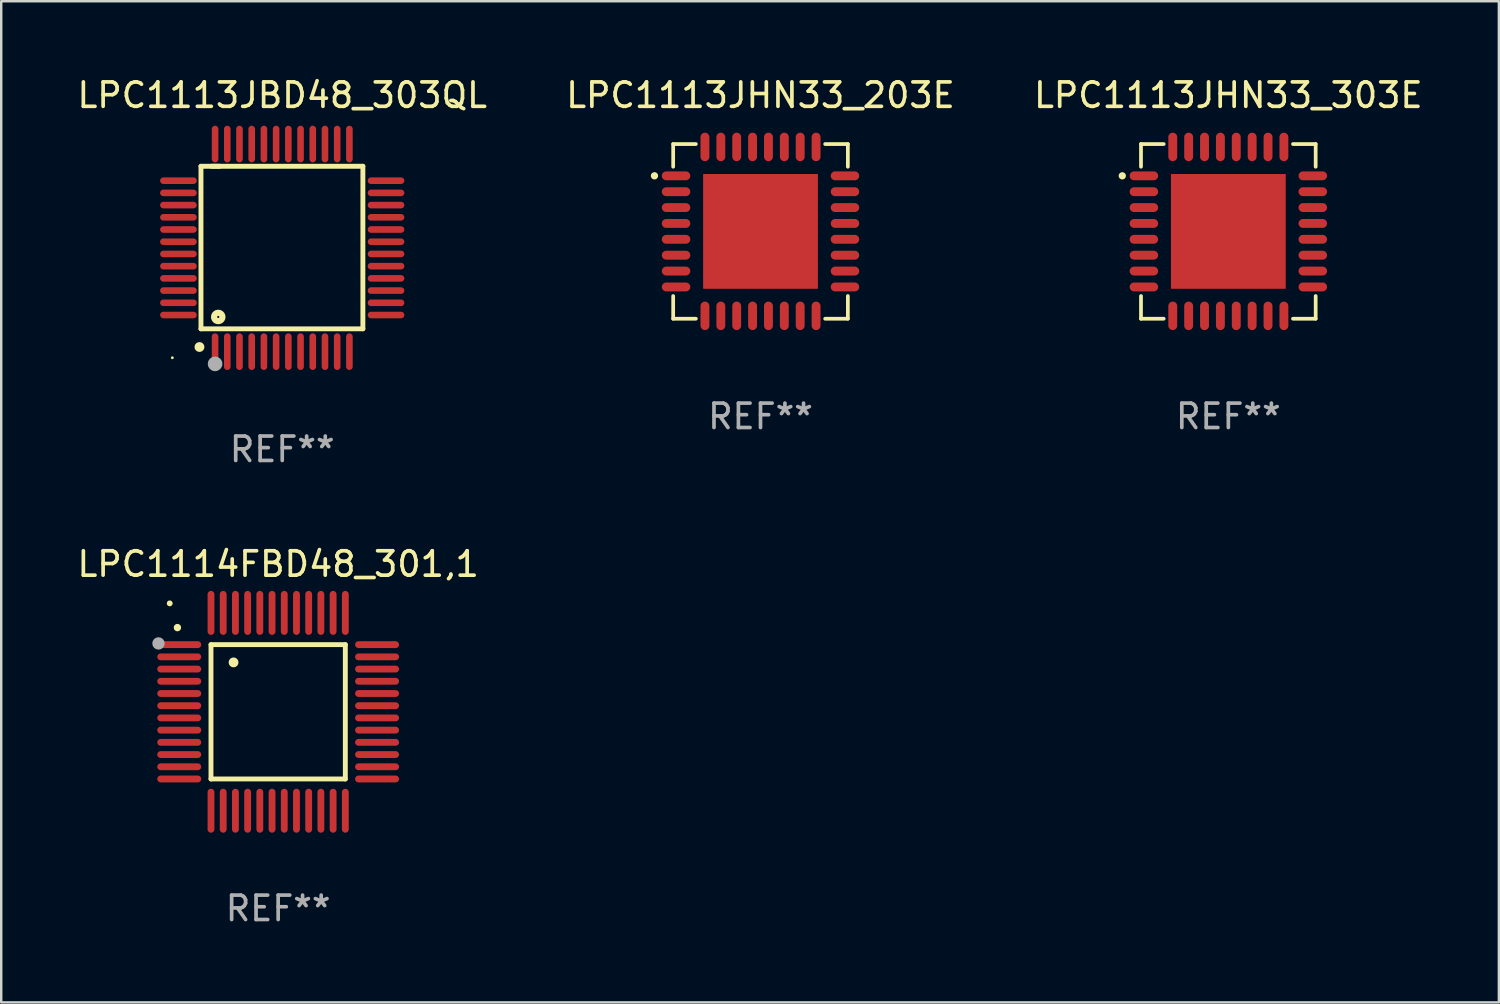
<source format=kicad_pcb>
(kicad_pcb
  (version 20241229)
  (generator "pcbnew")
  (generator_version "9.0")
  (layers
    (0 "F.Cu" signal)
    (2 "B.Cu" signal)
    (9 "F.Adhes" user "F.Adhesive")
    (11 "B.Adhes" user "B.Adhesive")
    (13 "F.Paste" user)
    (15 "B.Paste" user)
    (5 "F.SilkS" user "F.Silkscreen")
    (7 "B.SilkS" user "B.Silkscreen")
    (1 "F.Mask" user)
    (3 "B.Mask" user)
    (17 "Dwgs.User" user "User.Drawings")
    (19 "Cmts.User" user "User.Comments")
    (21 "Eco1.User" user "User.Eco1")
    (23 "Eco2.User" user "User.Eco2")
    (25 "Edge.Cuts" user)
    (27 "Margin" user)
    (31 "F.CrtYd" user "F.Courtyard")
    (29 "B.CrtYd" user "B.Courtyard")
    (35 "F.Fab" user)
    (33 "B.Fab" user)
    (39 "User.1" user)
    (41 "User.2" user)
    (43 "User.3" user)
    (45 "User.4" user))
  (footprint "LPC1113JHN33_303E"
    (layer "F.Cu")
    (at 47.244 6.424)
    (property "Reference" "LPC1113JHN33_303E" (at 0 -5.576 0) (layer "F.SilkS") (effects (font (size 1 1) (thickness 0.15))))
    (attr through_hole)
    (fp_line (start -3.576 -3.576) (end -3.576 -2.647) (stroke (width 0.152) (type solid)) (layer "F.SilkS"))
    (fp_line (start -3.576 3.576) (end -3.576 2.647) (stroke (width 0.152) (type solid)) (layer "F.SilkS"))
    (fp_line (start -2.647 -3.576) (end -3.576 -3.576) (stroke (width 0.152) (type solid)) (layer "F.SilkS"))
    (fp_line (start -2.647 3.576) (end -3.576 3.576) (stroke (width 0.152) (type solid)) (layer "F.SilkS"))
    (fp_line (start 2.647 -3.576) (end 3.576 -3.576) (stroke (width 0.152) (type solid)) (layer "F.SilkS"))
    (fp_line (start 2.647 3.576) (end 3.576 3.576) (stroke (width 0.152) (type solid)) (layer "F.SilkS"))
    (fp_line (start 3.576 -3.576) (end 3.576 -2.647) (stroke (width 0.152) (type solid)) (layer "F.SilkS"))
    (fp_line (start 3.576 3.576) (end 3.576 2.647) (stroke (width 0.152) (type solid)) (layer "F.SilkS"))
    (fp_circle (center -4.342 -2.275) (end -4.267 -2.275) (stroke (width 0.15) (type solid)) (fill no) (layer "F.SilkS"))
    (fp_text user "REF**" (at 0 7.576 0) (layer "F.Fab") (effects (font (size 1 1) (thickness 0.15))))
    (pad "1" smd oval (at -3.458 -2.275 270) (size 0.364 1.167) (layers "F.Cu" "F.Mask" "F.Paste"))
    (pad "2" smd oval (at -3.458 -1.625 270) (size 0.364 1.167) (layers "F.Cu" "F.Mask" "F.Paste"))
    (pad "3" smd oval (at -3.458 -0.975 270) (size 0.364 1.167) (layers "F.Cu" "F.Mask" "F.Paste"))
    (pad "4" smd oval (at -3.458 -0.325 270) (size 0.364 1.167) (layers "F.Cu" "F.Mask" "F.Paste"))
    (pad "5" smd oval (at -3.458 0.325 270) (size 0.364 1.167) (layers "F.Cu" "F.Mask" "F.Paste"))
    (pad "6" smd oval (at -3.458 0.975 270) (size 0.364 1.167) (layers "F.Cu" "F.Mask" "F.Paste"))
    (pad "7" smd oval (at -3.458 1.625 270) (size 0.364 1.167) (layers "F.Cu" "F.Mask" "F.Paste"))
    (pad "8" smd oval (at -3.458 2.275 270) (size 0.364 1.167) (layers "F.Cu" "F.Mask" "F.Paste"))
    (pad "9" smd oval (at -2.275 3.458 270) (size 1.167 0.364) (layers "F.Cu" "F.Mask" "F.Paste"))
    (pad "10" smd oval (at -1.625 3.458 270) (size 1.167 0.364) (layers "F.Cu" "F.Mask" "F.Paste"))
    (pad "11" smd oval (at -0.975 3.458 270) (size 1.167 0.364) (layers "F.Cu" "F.Mask" "F.Paste"))
    (pad "12" smd oval (at -0.325 3.458 270) (size 1.167 0.364) (layers "F.Cu" "F.Mask" "F.Paste"))
    (pad "13" smd oval (at 0.325 3.458 270) (size 1.167 0.364) (layers "F.Cu" "F.Mask" "F.Paste"))
    (pad "14" smd oval (at 0.975 3.458 270) (size 1.167 0.364) (layers "F.Cu" "F.Mask" "F.Paste"))
    (pad "15" smd oval (at 1.625 3.458 270) (size 1.167 0.364) (layers "F.Cu" "F.Mask" "F.Paste"))
    (pad "16" smd oval (at 2.275 3.458 270) (size 1.167 0.364) (layers "F.Cu" "F.Mask" "F.Paste"))
    (pad "17" smd oval (at 3.458 2.275 270) (size 0.364 1.167) (layers "F.Cu" "F.Mask" "F.Paste"))
    (pad "18" smd oval (at 3.458 1.625 270) (size 0.364 1.167) (layers "F.Cu" "F.Mask" "F.Paste"))
    (pad "19" smd oval (at 3.458 0.975 270) (size 0.364 1.167) (layers "F.Cu" "F.Mask" "F.Paste"))
    (pad "20" smd oval (at 3.458 0.325 270) (size 0.364 1.167) (layers "F.Cu" "F.Mask" "F.Paste"))
    (pad "21" smd oval (at 3.458 -0.325 270) (size 0.364 1.167) (layers "F.Cu" "F.Mask" "F.Paste"))
    (pad "22" smd oval (at 3.458 -0.975 270) (size 0.364 1.167) (layers "F.Cu" "F.Mask" "F.Paste"))
    (pad "23" smd oval (at 3.458 -1.625 270) (size 0.364 1.167) (layers "F.Cu" "F.Mask" "F.Paste"))
    (pad "24" smd oval (at 3.458 -2.275 270) (size 0.364 1.167) (layers "F.Cu" "F.Mask" "F.Paste"))
    (pad "25" smd oval (at 2.275 -3.458 270) (size 1.167 0.364) (layers "F.Cu" "F.Mask" "F.Paste"))
    (pad "26" smd oval (at 1.625 -3.458 270) (size 1.167 0.364) (layers "F.Cu" "F.Mask" "F.Paste"))
    (pad "27" smd oval (at 0.975 -3.458 270) (size 1.167 0.364) (layers "F.Cu" "F.Mask" "F.Paste"))
    (pad "28" smd oval (at 0.325 -3.458 270) (size 1.167 0.364) (layers "F.Cu" "F.Mask" "F.Paste"))
    (pad "29" smd oval (at -0.325 -3.458 270) (size 1.167 0.364) (layers "F.Cu" "F.Mask" "F.Paste"))
    (pad "30" smd oval (at -0.975 -3.458 270) (size 1.167 0.364) (layers "F.Cu" "F.Mask" "F.Paste"))
    (pad "31" smd oval (at -1.625 -3.458 270) (size 1.167 0.364) (layers "F.Cu" "F.Mask" "F.Paste"))
    (pad "32" smd oval (at -2.275 -3.458 270) (size 1.167 0.364) (layers "F.Cu" "F.Mask" "F.Paste"))
    (pad "33" smd rect (at 0 0 270) (size 4.7 4.7) (layers "F.Cu" "F.Mask" "F.Paste")))
  (footprint "LPC1113JHN33_203E"
    (layer "F.Cu")
    (at 28.089 6.424)
    (property "Reference" "LPC1113JHN33_203E" (at 0 -5.576 0) (layer "F.SilkS") (effects (font (size 1 1) (thickness 0.15))))
    (attr through_hole)
    (fp_line (start -3.576 -3.576) (end -3.576 -2.647) (stroke (width 0.152) (type solid)) (layer "F.SilkS"))
    (fp_line (start -3.576 3.576) (end -3.576 2.647) (stroke (width 0.152) (type solid)) (layer "F.SilkS"))
    (fp_line (start -2.647 -3.576) (end -3.576 -3.576) (stroke (width 0.152) (type solid)) (layer "F.SilkS"))
    (fp_line (start -2.647 3.576) (end -3.576 3.576) (stroke (width 0.152) (type solid)) (layer "F.SilkS"))
    (fp_line (start 2.647 -3.576) (end 3.576 -3.576) (stroke (width 0.152) (type solid)) (layer "F.SilkS"))
    (fp_line (start 2.647 3.576) (end 3.576 3.576) (stroke (width 0.152) (type solid)) (layer "F.SilkS"))
    (fp_line (start 3.576 -3.576) (end 3.576 -2.647) (stroke (width 0.152) (type solid)) (layer "F.SilkS"))
    (fp_line (start 3.576 3.576) (end 3.576 2.647) (stroke (width 0.152) (type solid)) (layer "F.SilkS"))
    (fp_circle (center -4.342 -2.275) (end -4.267 -2.275) (stroke (width 0.15) (type solid)) (fill no) (layer "F.SilkS"))
    (fp_text user "REF**" (at 0 7.576 0) (layer "F.Fab") (effects (font (size 1 1) (thickness 0.15))))
    (pad "1" smd oval (at -3.458 -2.275 270) (size 0.364 1.167) (layers "F.Cu" "F.Mask" "F.Paste"))
    (pad "2" smd oval (at -3.458 -1.625 270) (size 0.364 1.167) (layers "F.Cu" "F.Mask" "F.Paste"))
    (pad "3" smd oval (at -3.458 -0.975 270) (size 0.364 1.167) (layers "F.Cu" "F.Mask" "F.Paste"))
    (pad "4" smd oval (at -3.458 -0.325 270) (size 0.364 1.167) (layers "F.Cu" "F.Mask" "F.Paste"))
    (pad "5" smd oval (at -3.458 0.325 270) (size 0.364 1.167) (layers "F.Cu" "F.Mask" "F.Paste"))
    (pad "6" smd oval (at -3.458 0.975 270) (size 0.364 1.167) (layers "F.Cu" "F.Mask" "F.Paste"))
    (pad "7" smd oval (at -3.458 1.625 270) (size 0.364 1.167) (layers "F.Cu" "F.Mask" "F.Paste"))
    (pad "8" smd oval (at -3.458 2.275 270) (size 0.364 1.167) (layers "F.Cu" "F.Mask" "F.Paste"))
    (pad "9" smd oval (at -2.275 3.458 270) (size 1.167 0.364) (layers "F.Cu" "F.Mask" "F.Paste"))
    (pad "10" smd oval (at -1.625 3.458 270) (size 1.167 0.364) (layers "F.Cu" "F.Mask" "F.Paste"))
    (pad "11" smd oval (at -0.975 3.458 270) (size 1.167 0.364) (layers "F.Cu" "F.Mask" "F.Paste"))
    (pad "12" smd oval (at -0.325 3.458 270) (size 1.167 0.364) (layers "F.Cu" "F.Mask" "F.Paste"))
    (pad "13" smd oval (at 0.325 3.458 270) (size 1.167 0.364) (layers "F.Cu" "F.Mask" "F.Paste"))
    (pad "14" smd oval (at 0.975 3.458 270) (size 1.167 0.364) (layers "F.Cu" "F.Mask" "F.Paste"))
    (pad "15" smd oval (at 1.625 3.458 270) (size 1.167 0.364) (layers "F.Cu" "F.Mask" "F.Paste"))
    (pad "16" smd oval (at 2.275 3.458 270) (size 1.167 0.364) (layers "F.Cu" "F.Mask" "F.Paste"))
    (pad "17" smd oval (at 3.458 2.275 270) (size 0.364 1.167) (layers "F.Cu" "F.Mask" "F.Paste"))
    (pad "18" smd oval (at 3.458 1.625 270) (size 0.364 1.167) (layers "F.Cu" "F.Mask" "F.Paste"))
    (pad "19" smd oval (at 3.458 0.975 270) (size 0.364 1.167) (layers "F.Cu" "F.Mask" "F.Paste"))
    (pad "20" smd oval (at 3.458 0.325 270) (size 0.364 1.167) (layers "F.Cu" "F.Mask" "F.Paste"))
    (pad "21" smd oval (at 3.458 -0.325 270) (size 0.364 1.167) (layers "F.Cu" "F.Mask" "F.Paste"))
    (pad "22" smd oval (at 3.458 -0.975 270) (size 0.364 1.167) (layers "F.Cu" "F.Mask" "F.Paste"))
    (pad "23" smd oval (at 3.458 -1.625 270) (size 0.364 1.167) (layers "F.Cu" "F.Mask" "F.Paste"))
    (pad "24" smd oval (at 3.458 -2.275 270) (size 0.364 1.167) (layers "F.Cu" "F.Mask" "F.Paste"))
    (pad "25" smd oval (at 2.275 -3.458 270) (size 1.167 0.364) (layers "F.Cu" "F.Mask" "F.Paste"))
    (pad "26" smd oval (at 1.625 -3.458 270) (size 1.167 0.364) (layers "F.Cu" "F.Mask" "F.Paste"))
    (pad "27" smd oval (at 0.975 -3.458 270) (size 1.167 0.364) (layers "F.Cu" "F.Mask" "F.Paste"))
    (pad "28" smd oval (at 0.325 -3.458 270) (size 1.167 0.364) (layers "F.Cu" "F.Mask" "F.Paste"))
    (pad "29" smd oval (at -0.325 -3.458 270) (size 1.167 0.364) (layers "F.Cu" "F.Mask" "F.Paste"))
    (pad "30" smd oval (at -0.975 -3.458 270) (size 1.167 0.364) (layers "F.Cu" "F.Mask" "F.Paste"))
    (pad "31" smd oval (at -1.625 -3.458 270) (size 1.167 0.364) (layers "F.Cu" "F.Mask" "F.Paste"))
    (pad "32" smd oval (at -2.275 -3.458 270) (size 1.167 0.364) (layers "F.Cu" "F.Mask" "F.Paste"))
    (pad "33" smd rect (at 0 0 270) (size 4.7 4.7) (layers "F.Cu" "F.Mask" "F.Paste")))
  (footprint "LPC1114FBD48_301,1"
    (layer "F.Cu")
    (at 8.339 26.095)
    (property "Reference" "LPC1114FBD48_301,1" (at 0 -6.05 0) (layer "F.SilkS") (effects (font (size 1 1) (thickness 0.15))))
    (attr through_hole)
    (fp_line (start -2.75 -2.75) (end 2.75 -2.75) (stroke (width 0.2) (type solid)) (layer "F.SilkS"))
    (fp_line (start -2.75 2.75) (end -2.75 -2.75) (stroke (width 0.2) (type solid)) (layer "F.SilkS"))
    (fp_line (start 2.75 -2.75) (end 2.75 2.75) (stroke (width 0.2) (type solid)) (layer "F.SilkS"))
    (fp_line (start 2.75 2.75) (end -2.75 2.75) (stroke (width 0.2) (type solid)) (layer "F.SilkS"))
    (fp_arc (start -4.124968 -3.446787) (mid -4.124973 -3.448057) (end -4.124968 -3.449327) (stroke (width 0.3) (type solid)) (layer "F.SilkS"))
    (fp_arc (start -1.826264 -2.021844) (mid -1.826268 -2.023114) (end -1.826264 -2.024384) (stroke (width 0.4) (type solid)) (layer "F.SilkS"))
    (fp_circle (center -4.44 -4.44) (end -4.38 -4.44) (stroke (width 0.12) (type solid)) (fill no) (layer "F.SilkS"))
    (fp_circle (center -4.9 -2.8) (end -4.773 -2.8) (stroke (width 0.254) (type solid)) (fill no) (layer "F.Fab"))
    (fp_text user "REF**" (at 0 8.05 0) (layer "F.Fab") (effects (font (size 1 1) (thickness 0.15))))
    (pad "1" smd oval (at -4.05 -2.75 90) (size 0.28 1.8) (layers "F.Cu" "F.Mask" "F.Paste"))
    (pad "2" smd oval (at -4.05 -2.25 90) (size 0.28 1.8) (layers "F.Cu" "F.Mask" "F.Paste"))
    (pad "3" smd oval (at -4.05 -1.75 90) (size 0.28 1.8) (layers "F.Cu" "F.Mask" "F.Paste"))
    (pad "4" smd oval (at -4.05 -1.25 90) (size 0.28 1.8) (layers "F.Cu" "F.Mask" "F.Paste"))
    (pad "5" smd oval (at -4.05 -0.75 90) (size 0.28 1.8) (layers "F.Cu" "F.Mask" "F.Paste"))
    (pad "6" smd oval (at -4.05 -0.25 90) (size 0.28 1.8) (layers "F.Cu" "F.Mask" "F.Paste"))
    (pad "7" smd oval (at -4.05 0.25 90) (size 0.28 1.8) (layers "F.Cu" "F.Mask" "F.Paste"))
    (pad "8" smd oval (at -4.05 0.75 90) (size 0.28 1.8) (layers "F.Cu" "F.Mask" "F.Paste"))
    (pad "9" smd oval (at -4.05 1.25 90) (size 0.28 1.8) (layers "F.Cu" "F.Mask" "F.Paste"))
    (pad "10" smd oval (at -4.05 1.75 90) (size 0.28 1.8) (layers "F.Cu" "F.Mask" "F.Paste"))
    (pad "11" smd oval (at -4.05 2.25 90) (size 0.28 1.8) (layers "F.Cu" "F.Mask" "F.Paste"))
    (pad "12" smd oval (at -4.05 2.75 90) (size 0.28 1.8) (layers "F.Cu" "F.Mask" "F.Paste"))
    (pad "13" smd oval (at -2.75 4.05) (size 0.28 1.8) (layers "F.Cu" "F.Mask" "F.Paste"))
    (pad "14" smd oval (at -2.25 4.05) (size 0.28 1.8) (layers "F.Cu" "F.Mask" "F.Paste"))
    (pad "15" smd oval (at -1.75 4.05) (size 0.28 1.8) (layers "F.Cu" "F.Mask" "F.Paste"))
    (pad "16" smd oval (at -1.25 4.05) (size 0.28 1.8) (layers "F.Cu" "F.Mask" "F.Paste"))
    (pad "17" smd oval (at -0.75 4.05) (size 0.28 1.8) (layers "F.Cu" "F.Mask" "F.Paste"))
    (pad "18" smd oval (at -0.25 4.05) (size 0.28 1.8) (layers "F.Cu" "F.Mask" "F.Paste"))
    (pad "19" smd oval (at 0.25 4.05) (size 0.28 1.8) (layers "F.Cu" "F.Mask" "F.Paste"))
    (pad "20" smd oval (at 0.75 4.05) (size 0.28 1.8) (layers "F.Cu" "F.Mask" "F.Paste"))
    (pad "21" smd oval (at 1.25 4.05) (size 0.28 1.8) (layers "F.Cu" "F.Mask" "F.Paste"))
    (pad "22" smd oval (at 1.75 4.05) (size 0.28 1.8) (layers "F.Cu" "F.Mask" "F.Paste"))
    (pad "23" smd oval (at 2.25 4.05) (size 0.28 1.8) (layers "F.Cu" "F.Mask" "F.Paste"))
    (pad "24" smd oval (at 2.75 4.05) (size 0.28 1.8) (layers "F.Cu" "F.Mask" "F.Paste"))
    (pad "25" smd oval (at 4.05 2.75 90) (size 0.28 1.8) (layers "F.Cu" "F.Mask" "F.Paste"))
    (pad "26" smd oval (at 4.05 2.25 90) (size 0.28 1.8) (layers "F.Cu" "F.Mask" "F.Paste"))
    (pad "27" smd oval (at 4.05 1.75 90) (size 0.28 1.8) (layers "F.Cu" "F.Mask" "F.Paste"))
    (pad "28" smd oval (at 4.05 1.25 90) (size 0.28 1.8) (layers "F.Cu" "F.Mask" "F.Paste"))
    (pad "29" smd oval (at 4.05 0.75 90) (size 0.28 1.8) (layers "F.Cu" "F.Mask" "F.Paste"))
    (pad "30" smd oval (at 4.05 0.25 90) (size 0.28 1.8) (layers "F.Cu" "F.Mask" "F.Paste"))
    (pad "31" smd oval (at 4.05 -0.25 90) (size 0.28 1.8) (layers "F.Cu" "F.Mask" "F.Paste"))
    (pad "32" smd oval (at 4.05 -0.75 90) (size 0.28 1.8) (layers "F.Cu" "F.Mask" "F.Paste"))
    (pad "33" smd oval (at 4.05 -1.25 90) (size 0.28 1.8) (layers "F.Cu" "F.Mask" "F.Paste"))
    (pad "34" smd oval (at 4.05 -1.75 90) (size 0.28 1.8) (layers "F.Cu" "F.Mask" "F.Paste"))
    (pad "35" smd oval (at 4.05 -2.25 90) (size 0.28 1.8) (layers "F.Cu" "F.Mask" "F.Paste"))
    (pad "36" smd oval (at 4.05 -2.75 90) (size 0.28 1.8) (layers "F.Cu" "F.Mask" "F.Paste"))
    (pad "37" smd oval (at 2.75 -4.05) (size 0.28 1.8) (layers "F.Cu" "F.Mask" "F.Paste"))
    (pad "38" smd oval (at 2.25 -4.05) (size 0.28 1.8) (layers "F.Cu" "F.Mask" "F.Paste"))
    (pad "39" smd oval (at 1.75 -4.05) (size 0.28 1.8) (layers "F.Cu" "F.Mask" "F.Paste"))
    (pad "40" smd oval (at 1.25 -4.05) (size 0.28 1.8) (layers "F.Cu" "F.Mask" "F.Paste"))
    (pad "41" smd oval (at 0.75 -4.05) (size 0.28 1.8) (layers "F.Cu" "F.Mask" "F.Paste"))
    (pad "42" smd oval (at 0.25 -4.05) (size 0.28 1.8) (layers "F.Cu" "F.Mask" "F.Paste"))
    (pad "43" smd oval (at -0.25 -4.05) (size 0.28 1.8) (layers "F.Cu" "F.Mask" "F.Paste"))
    (pad "44" smd oval (at -0.75 -4.05) (size 0.28 1.8) (layers "F.Cu" "F.Mask" "F.Paste"))
    (pad "45" smd oval (at -1.25 -4.05) (size 0.28 1.8) (layers "F.Cu" "F.Mask" "F.Paste"))
    (pad "46" smd oval (at -1.75 -4.05) (size 0.28 1.8) (layers "F.Cu" "F.Mask" "F.Paste"))
    (pad "47" smd oval (at -2.25 -4.05) (size 0.28 1.8) (layers "F.Cu" "F.Mask" "F.Paste"))
    (pad "48" smd oval (at -2.75 -4.05) (size 0.28 1.8) (layers "F.Cu" "F.Mask" "F.Paste")))
  (footprint "LPC1113JBD48_303QL"
    (layer "F.Cu")
    (at 8.506 7.098)
    (property "Reference" "LPC1113JBD48_303QL" (at 0 -6.25 0) (layer "F.SilkS") (effects (font (size 1 1) (thickness 0.15))))
    (attr through_hole)
    (fp_line (start -3.327 -3.34) (end -2.565 -3.34) (stroke (width 0.2) (type solid)) (layer "F.SilkS"))
    (fp_line (start -3.327 3.315) (end -3.327 -3.34) (stroke (width 0.2) (type solid)) (layer "F.SilkS"))
    (fp_line (start -2.896 -3.34) (end 3.302 -3.34) (stroke (width 0.2) (type solid)) (layer "F.SilkS"))
    (fp_line (start 3.302 -3.34) (end 3.302 3.315) (stroke (width 0.2) (type solid)) (layer "F.SilkS"))
    (fp_line (start 3.302 3.315) (end -3.327 3.315) (stroke (width 0.2) (type solid)) (layer "F.SilkS"))
    (fp_arc (start -3.389992 4.059995) (mid -3.388722 4.059991) (end -3.387452 4.059995) (stroke (width 0.4) (type solid)) (layer "F.SilkS"))
    (fp_circle (center -4.5 4.5) (end -4.47 4.5) (stroke (width 0.06) (type solid)) (fill no) (layer "F.SilkS"))
    (fp_circle (center -2.62 2.83) (end -2.45 2.83) (stroke (width 0.254) (type solid)) (fill no) (layer "F.SilkS"))
    (fp_circle (center -2.75 4.75) (end -2.6 4.75) (stroke (width 0.3) (type solid)) (fill no) (layer "F.Fab"))
    (fp_text user "REF**" (at 0 8.25 0) (layer "F.Fab") (effects (font (size 1 1) (thickness 0.15))))
    (pad "1" smd oval (at -2.75 4.25) (size 0.27 1.5) (layers "F.Cu" "F.Mask" "F.Paste"))
    (pad "2" smd oval (at -2.25 4.25) (size 0.27 1.5) (layers "F.Cu" "F.Mask" "F.Paste"))
    (pad "3" smd oval (at -1.75 4.25) (size 0.27 1.5) (layers "F.Cu" "F.Mask" "F.Paste"))
    (pad "4" smd oval (at -1.25 4.25) (size 0.27 1.5) (layers "F.Cu" "F.Mask" "F.Paste"))
    (pad "5" smd oval (at -0.75 4.25) (size 0.27 1.5) (layers "F.Cu" "F.Mask" "F.Paste"))
    (pad "6" smd oval (at -0.25 4.25) (size 0.27 1.5) (layers "F.Cu" "F.Mask" "F.Paste"))
    (pad "7" smd oval (at 0.25 4.25) (size 0.27 1.5) (layers "F.Cu" "F.Mask" "F.Paste"))
    (pad "8" smd oval (at 0.75 4.25) (size 0.27 1.5) (layers "F.Cu" "F.Mask" "F.Paste"))
    (pad "9" smd oval (at 1.25 4.25) (size 0.27 1.5) (layers "F.Cu" "F.Mask" "F.Paste"))
    (pad "10" smd oval (at 1.75 4.25) (size 0.27 1.5) (layers "F.Cu" "F.Mask" "F.Paste"))
    (pad "11" smd oval (at 2.25 4.25) (size 0.27 1.5) (layers "F.Cu" "F.Mask" "F.Paste"))
    (pad "12" smd oval (at 2.75 4.25) (size 0.27 1.5) (layers "F.Cu" "F.Mask" "F.Paste"))
    (pad "13" smd oval (at 4.25 2.75) (size 1.5 0.27) (layers "F.Cu" "F.Mask" "F.Paste"))
    (pad "14" smd oval (at 4.25 2.25) (size 1.5 0.27) (layers "F.Cu" "F.Mask" "F.Paste"))
    (pad "15" smd oval (at 4.25 1.75) (size 1.5 0.27) (layers "F.Cu" "F.Mask" "F.Paste"))
    (pad "16" smd oval (at 4.25 1.25) (size 1.5 0.27) (layers "F.Cu" "F.Mask" "F.Paste"))
    (pad "17" smd oval (at 4.25 0.75) (size 1.5 0.27) (layers "F.Cu" "F.Mask" "F.Paste"))
    (pad "18" smd oval (at 4.25 0.25) (size 1.5 0.27) (layers "F.Cu" "F.Mask" "F.Paste"))
    (pad "19" smd oval (at 4.25 -0.25) (size 1.5 0.27) (layers "F.Cu" "F.Mask" "F.Paste"))
    (pad "20" smd oval (at 4.25 -0.75) (size 1.5 0.27) (layers "F.Cu" "F.Mask" "F.Paste"))
    (pad "21" smd oval (at 4.25 -1.25) (size 1.5 0.27) (layers "F.Cu" "F.Mask" "F.Paste"))
    (pad "22" smd oval (at 4.25 -1.75) (size 1.5 0.27) (layers "F.Cu" "F.Mask" "F.Paste"))
    (pad "23" smd oval (at 4.25 -2.25) (size 1.5 0.27) (layers "F.Cu" "F.Mask" "F.Paste"))
    (pad "24" smd oval (at 4.25 -2.75) (size 1.5 0.27) (layers "F.Cu" "F.Mask" "F.Paste"))
    (pad "25" smd oval (at 2.75 -4.25) (size 0.27 1.5) (layers "F.Cu" "F.Mask" "F.Paste"))
    (pad "26" smd oval (at 2.25 -4.25) (size 0.27 1.5) (layers "F.Cu" "F.Mask" "F.Paste"))
    (pad "27" smd oval (at 1.75 -4.25) (size 0.27 1.5) (layers "F.Cu" "F.Mask" "F.Paste"))
    (pad "28" smd oval (at 1.25 -4.25) (size 0.27 1.5) (layers "F.Cu" "F.Mask" "F.Paste"))
    (pad "29" smd oval (at 0.75 -4.25) (size 0.27 1.5) (layers "F.Cu" "F.Mask" "F.Paste"))
    (pad "30" smd oval (at 0.25 -4.25) (size 0.27 1.5) (layers "F.Cu" "F.Mask" "F.Paste"))
    (pad "31" smd oval (at -0.25 -4.25) (size 0.27 1.5) (layers "F.Cu" "F.Mask" "F.Paste"))
    (pad "32" smd oval (at -0.75 -4.25) (size 0.27 1.5) (layers "F.Cu" "F.Mask" "F.Paste"))
    (pad "33" smd oval (at -1.25 -4.25) (size 0.27 1.5) (layers "F.Cu" "F.Mask" "F.Paste"))
    (pad "34" smd oval (at -1.75 -4.25) (size 0.27 1.5) (layers "F.Cu" "F.Mask" "F.Paste"))
    (pad "35" smd oval (at -2.25 -4.25) (size 0.27 1.5) (layers "F.Cu" "F.Mask" "F.Paste"))
    (pad "36" smd oval (at -2.75 -4.25) (size 0.27 1.5) (layers "F.Cu" "F.Mask" "F.Paste"))
    (pad "37" smd oval (at -4.25 -2.75) (size 1.5 0.27) (layers "F.Cu" "F.Mask" "F.Paste"))
    (pad "38" smd oval (at -4.25 -2.25) (size 1.5 0.27) (layers "F.Cu" "F.Mask" "F.Paste"))
    (pad "39" smd oval (at -4.25 -1.75) (size 1.5 0.27) (layers "F.Cu" "F.Mask" "F.Paste"))
    (pad "40" smd oval (at -4.25 -1.25) (size 1.5 0.27) (layers "F.Cu" "F.Mask" "F.Paste"))
    (pad "41" smd oval (at -4.25 -0.75) (size 1.5 0.27) (layers "F.Cu" "F.Mask" "F.Paste"))
    (pad "42" smd oval (at -4.25 -0.25) (size 1.5 0.27) (layers "F.Cu" "F.Mask" "F.Paste"))
    (pad "43" smd oval (at -4.25 0.25) (size 1.5 0.27) (layers "F.Cu" "F.Mask" "F.Paste"))
    (pad "44" smd oval (at -4.25 0.75) (size 1.5 0.27) (layers "F.Cu" "F.Mask" "F.Paste"))
    (pad "45" smd oval (at -4.25 1.25) (size 1.5 0.27) (layers "F.Cu" "F.Mask" "F.Paste"))
    (pad "46" smd oval (at -4.25 1.75) (size 1.5 0.27) (layers "F.Cu" "F.Mask" "F.Paste"))
    (pad "47" smd oval (at -4.25 2.25) (size 1.5 0.27) (layers "F.Cu" "F.Mask" "F.Paste"))
    (pad "48" smd oval (at -4.25 2.75) (size 1.5 0.27) (layers "F.Cu" "F.Mask" "F.Paste")))
  (gr_rect
    (start -3 -3)
    (end 58.321 37.993)
    (stroke (width 0.1) (type default))
    (fill no)
    (layer "Edge.Cuts")))
</source>
